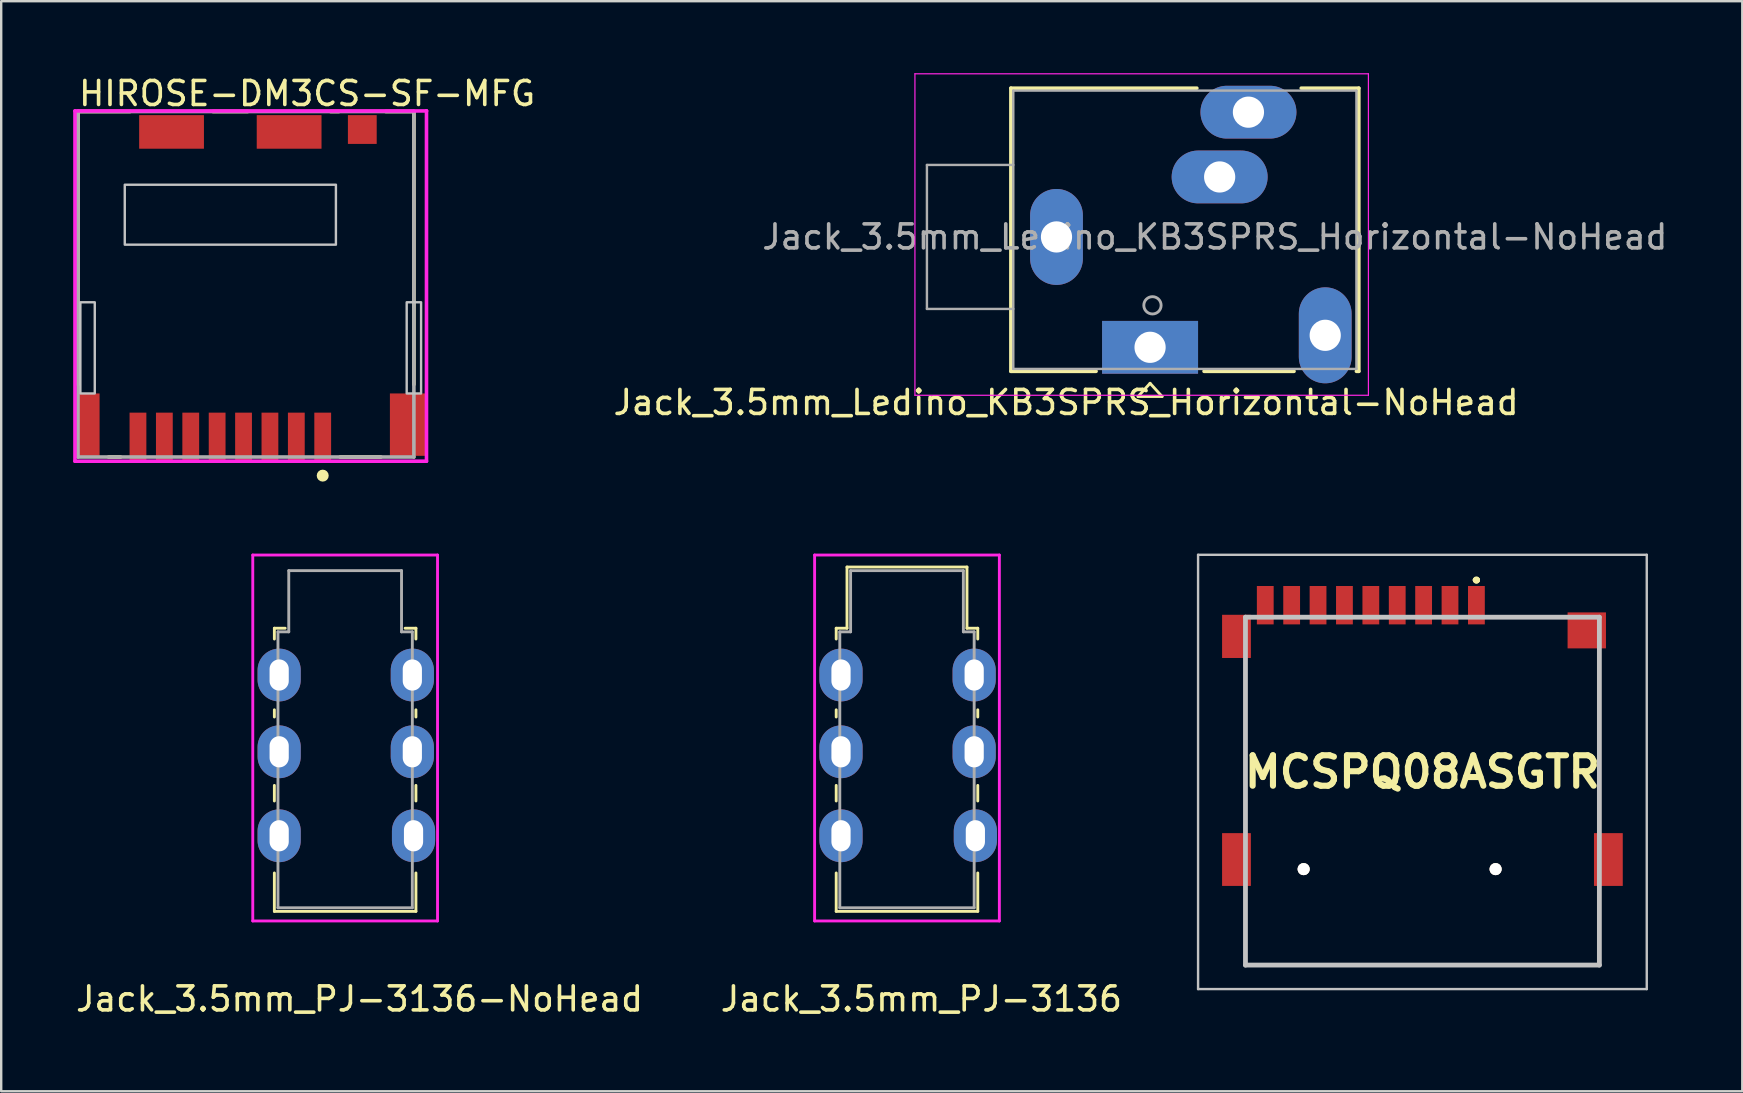
<source format=kicad_pcb>
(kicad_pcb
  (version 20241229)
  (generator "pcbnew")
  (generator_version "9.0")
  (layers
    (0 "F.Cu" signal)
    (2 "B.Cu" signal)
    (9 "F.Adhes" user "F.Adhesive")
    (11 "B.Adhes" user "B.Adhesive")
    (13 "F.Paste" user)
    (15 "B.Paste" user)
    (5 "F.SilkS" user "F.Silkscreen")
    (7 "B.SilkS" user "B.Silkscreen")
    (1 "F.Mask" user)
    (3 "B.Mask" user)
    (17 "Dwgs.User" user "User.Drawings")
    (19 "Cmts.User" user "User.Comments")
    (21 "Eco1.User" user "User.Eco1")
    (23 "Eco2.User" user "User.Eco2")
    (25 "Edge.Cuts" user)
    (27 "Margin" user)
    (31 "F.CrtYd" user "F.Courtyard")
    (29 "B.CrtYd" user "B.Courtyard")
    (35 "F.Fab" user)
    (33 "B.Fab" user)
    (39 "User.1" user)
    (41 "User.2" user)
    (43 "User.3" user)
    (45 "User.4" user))
  (footprint "Jack_3.5mm_PJ-3136-NoHead"
    (layer "F.Cu")
    (at 8.585 31.783)
    (property "Reference" "Jack_3.5mm_PJ-3136-NoHead" (at 3.35 6.8 0) (layer "F.SilkS") (effects (font (size 1 1) (thickness 0.15))))
    (attr through_hole)
    (fp_line (start -0.2 -8.65) (end -0.2 -8.2) (stroke (width 0.12) (type solid)) (layer "F.SilkS"))
    (fp_line (start -0.2 -8.65) (end 0.25 -8.65) (stroke (width 0.12) (type solid)) (layer "F.SilkS"))
    (fp_line (start -0.2 -5.25) (end -0.2 -4.95) (stroke (width 0.12) (type solid)) (layer "F.SilkS"))
    (fp_line (start -0.2 -2.1) (end -0.2 -1.45) (stroke (width 0.12) (type solid)) (layer "F.SilkS"))
    (fp_line (start -0.2 1.55) (end -0.2 3.15) (stroke (width 0.12) (type solid)) (layer "F.SilkS"))
    (fp_line (start -0.2 3.15) (end 5.7 3.15) (stroke (width 0.12) (type solid)) (layer "F.SilkS"))
    (fp_line (start 5.25 -8.65) (end 5.7 -8.65) (stroke (width 0.12) (type solid)) (layer "F.SilkS"))
    (fp_line (start 5.7 -8.65) (end 5.7 -8.2) (stroke (width 0.12) (type solid)) (layer "F.SilkS"))
    (fp_line (start 5.7 -5.25) (end 5.7 -4.95) (stroke (width 0.12) (type solid)) (layer "F.SilkS"))
    (fp_line (start 5.7 -2.1) (end 5.7 -1.45) (stroke (width 0.12) (type solid)) (layer "F.SilkS"))
    (fp_line (start 5.7 1.55) (end 5.7 3.15) (stroke (width 0.12) (type solid)) (layer "F.SilkS"))
    (fp_line (start -1.1 -11.7) (end -1.1 3.55) (stroke (width 0.12) (type solid)) (layer "F.CrtYd"))
    (fp_line (start -1.1 -11.7) (end 6.6 -11.7) (stroke (width 0.12) (type solid)) (layer "F.CrtYd"))
    (fp_line (start -1.1 3.55) (end 6.6 3.55) (stroke (width 0.12) (type solid)) (layer "F.CrtYd"))
    (fp_line (start 6.6 -11.7) (end 6.6 3.55) (stroke (width 0.12) (type solid)) (layer "F.CrtYd"))
    (fp_line (start -0.05 3) (end -0.05 -8.5) (stroke (width 0.12) (type solid)) (layer "F.Fab"))
    (fp_line (start -0.05 3) (end 5.55 3) (stroke (width 0.12) (type solid)) (layer "F.Fab"))
    (fp_line (start 0.4 -8.5) (end -0.05 -8.5) (stroke (width 0.12) (type solid)) (layer "F.Fab"))
    (fp_line (start 0.4 -8.5) (end 0.4 -11.05) (stroke (width 0.12) (type solid)) (layer "F.Fab"))
    (fp_line (start 5.1 -11.05) (end 0.4 -11.05) (stroke (width 0.12) (type solid)) (layer "F.Fab"))
    (fp_line (start 5.1 -8.5) (end 5.1 -11.05) (stroke (width 0.12) (type solid)) (layer "F.Fab"))
    (fp_line (start 5.55 -8.5) (end 5.1 -8.5) (stroke (width 0.12) (type solid)) (layer "F.Fab"))
    (fp_line (start 5.55 3) (end 5.55 -8.5) (stroke (width 0.12) (type solid)) (layer "F.Fab"))
    (pad "R" thru_hole oval (at 0 -3.5) (size 1.8 2.2) (drill oval 0.8 1.3) (layers "*.Cu" "*.Mask"))
    (pad "R" thru_hole oval (at 5.55 -3.5) (size 1.8 2.2) (drill oval 0.8 1.3) (layers "*.Cu" "*.Mask"))
    (pad "S" thru_hole oval (at 0 0) (size 1.8 2.2) (drill oval 0.8 1.3) (layers "*.Cu" "*.Mask"))
    (pad "S" thru_hole oval (at 5.6 0) (size 1.8 2.2) (drill oval 0.8 1.3) (layers "*.Cu" "*.Mask"))
    (pad "T" thru_hole oval (at 0 -6.7) (size 1.8 2.2) (drill oval 0.8 1.3) (layers "*.Cu" "*.Mask"))
    (pad "T" thru_hole oval (at 5.55 -6.7) (size 1.8 2.2) (drill oval 0.8 1.3) (layers "*.Cu" "*.Mask")))
  (footprint "HIROSE-DM3CS-SF-MFG"
    (layer "F.Cu")
    (at 7.2 8.798)
    (property "Reference" "HIROSE-DM3CS-SF-MFG" (at -7.05 -7.95 0) (layer "F.SilkS") (effects (font (size 1 1) (thickness 0.15)) (justify left)))
    (attr through_hole)
    (fp_line (start -7 -7.2) (end -4.825 -7.2) (stroke (width 0.15) (type solid)) (layer "F.SilkS"))
    (fp_line (start -7 4.175) (end -7 -7.2) (stroke (width 0.15) (type solid)) (layer "F.SilkS"))
    (fp_line (start -5.725 7.2) (end -5.225 7.2) (stroke (width 0.15) (type solid)) (layer "F.SilkS"))
    (fp_line (start -1.375 -7.2) (end 0.075 -7.2) (stroke (width 0.15) (type solid)) (layer "F.SilkS"))
    (fp_line (start 3.525 -7.2) (end 3.875 -7.2) (stroke (width 0.15) (type solid)) (layer "F.SilkS"))
    (fp_line (start 3.925 7.2) (end 5.625 7.2) (stroke (width 0.15) (type solid)) (layer "F.SilkS"))
    (fp_line (start 5.825 -7.2) (end 7 -7.2) (stroke (width 0.15) (type solid)) (layer "F.SilkS"))
    (fp_line (start 7 4.175) (end 7 -7.2) (stroke (width 0.15) (type solid)) (layer "F.SilkS"))
    (fp_circle (center 3.2 7.975) (end 3.325 7.975) (stroke (width 0.25) (type solid)) (fill no) (layer "F.SilkS"))
    (fp_poly (pts (xy -6.9 0.75) (xy -6.3 0.75) (xy -6.3 4.55) (xy -6.9 4.55)) (stroke (width 0.1) (type solid)) (fill no) (layer "Dwgs.User"))
    (fp_poly (pts (xy -5.05 -4.15) (xy 3.75 -4.15) (xy 3.75 -1.65) (xy -5.05 -1.65)) (stroke (width 0.1) (type solid)) (fill no) (layer "Dwgs.User"))
    (fp_poly (pts (xy 6.7 0.75) (xy 7.3 0.75) (xy 7.3 4.55) (xy 6.7 4.55)) (stroke (width 0.1) (type solid)) (fill no) (layer "Dwgs.User"))
    (fp_line (start -7.125 -7.225) (end -7.125 7.375) (stroke (width 0.15) (type solid)) (layer "F.CrtYd"))
    (fp_line (start -7.125 7.375) (end 7.525 7.375) (stroke (width 0.15) (type solid)) (layer "F.CrtYd"))
    (fp_line (start 7.525 -7.225) (end -7.125 -7.225) (stroke (width 0.15) (type solid)) (layer "F.CrtYd"))
    (fp_line (start 7.525 -7.225) (end 7.525 -7.225) (stroke (width 0.15) (type solid)) (layer "F.CrtYd"))
    (fp_line (start 7.525 7.375) (end 7.525 -7.225) (stroke (width 0.15) (type solid)) (layer "F.CrtYd"))
    (fp_line (start -7 -7.2) (end 7 -7.2) (stroke (width 0.15) (type solid)) (layer "F.Fab"))
    (fp_line (start -7 7.2) (end -7 -7.2) (stroke (width 0.15) (type solid)) (layer "F.Fab"))
    (fp_line (start 7 -7.2) (end 7 7.2) (stroke (width 0.15) (type solid)) (layer "F.Fab"))
    (fp_line (start 7 7.2) (end -7 7.2) (stroke (width 0.15) (type solid)) (layer "F.Fab"))
    (pad "1" smd rect (at 3.2 6.35) (size 0.7 2) (layers "F.Cu" "F.Mask" "F.Paste"))
    (pad "2" smd rect (at 2.1 6.35) (size 0.7 2) (layers "F.Cu" "F.Mask" "F.Paste"))
    (pad "3" smd rect (at 1 6.35) (size 0.7 2) (layers "F.Cu" "F.Mask" "F.Paste"))
    (pad "4" smd rect (at -0.1 6.35) (size 0.7 2) (layers "F.Cu" "F.Mask" "F.Paste"))
    (pad "5" smd rect (at -1.2 6.35) (size 0.7 2) (layers "F.Cu" "F.Mask" "F.Paste"))
    (pad "6" smd rect (at -2.3 6.35) (size 0.7 2) (layers "F.Cu" "F.Mask" "F.Paste"))
    (pad "7" smd rect (at -3.4 6.35) (size 0.7 2) (layers "F.Cu" "F.Mask" "F.Paste"))
    (pad "8" smd rect (at -4.5 6.35) (size 0.7 2) (layers "F.Cu" "F.Mask" "F.Paste"))
    (pad "9" smd rect (at -3.1 -6.35) (size 2.7 1.4) (layers "F.Cu" "F.Mask" "F.Paste"))
    (pad "10" smd rect (at 1.8 -6.35) (size 2.7 1.4) (layers "F.Cu" "F.Mask" "F.Paste"))
    (pad "11" smd rect (at 4.85 -6.45) (size 1.2 1.2) (layers "F.Cu" "F.Mask" "F.Paste"))
    (pad "12" smd rect (at -6.6 5.85) (size 1 2.6) (layers "F.Cu" "F.Mask" "F.Paste"))
    (pad "13" smd rect (at 6.75 5.85) (size 1.5 2.6) (layers "F.Cu" "F.Mask" "F.Paste")))
  (footprint "MCSPQ08ASGTR"
    (layer "F.Cu")
    (at 56.233 29.923)
    (property "Reference" "MCSPQ08ASGTR" (at 0 -0.8 0) (layer "F.SilkS") (effects (font (size 1.27 1.27) (thickness 0.254))))
    (attr through_hole)
    (fp_line (start -7.375 -5) (end -7.375 -5) (stroke (width 0.1) (type solid)) (layer "F.SilkS"))
    (fp_line (start -7.375 -5) (end -7.375 1.25) (stroke (width 0.1) (type solid)) (layer "F.SilkS"))
    (fp_line (start -7.375 1.25) (end -7.375 -5) (stroke (width 0.1) (type solid)) (layer "F.SilkS"))
    (fp_line (start -7.375 1.25) (end -7.375 1.25) (stroke (width 0.1) (type solid)) (layer "F.SilkS"))
    (fp_line (start -7.375 4.5) (end -7.375 4.5) (stroke (width 0.1) (type solid)) (layer "F.SilkS"))
    (fp_line (start -7.375 4.5) (end -7.375 7.25) (stroke (width 0.1) (type solid)) (layer "F.SilkS"))
    (fp_line (start -7.375 7.25) (end -7.375 4.5) (stroke (width 0.1) (type solid)) (layer "F.SilkS"))
    (fp_line (start -7.375 7.25) (end -7.375 7.25) (stroke (width 0.1) (type solid)) (layer "F.SilkS"))
    (fp_line (start -7.375 7.25) (end -7.375 7.25) (stroke (width 0.1) (type solid)) (layer "F.SilkS"))
    (fp_line (start -7.375 7.25) (end 7.375 7.25) (stroke (width 0.1) (type solid)) (layer "F.SilkS"))
    (fp_line (start 2.2 -8.8) (end 2.2 -8.8) (stroke (width 0.2) (type solid)) (layer "F.SilkS"))
    (fp_line (start 2.2 -8.8) (end 2.2 -8.8) (stroke (width 0.2) (type solid)) (layer "F.SilkS"))
    (fp_line (start 2.3 -8.8) (end 2.3 -8.8) (stroke (width 0.2) (type solid)) (layer "F.SilkS"))
    (fp_line (start 3.25 -7.25) (end 3.25 -7.25) (stroke (width 0.1) (type solid)) (layer "F.SilkS"))
    (fp_line (start 3.25 -7.25) (end 5.5 -7.25) (stroke (width 0.1) (type solid)) (layer "F.SilkS"))
    (fp_line (start 5.5 -7.25) (end 3.25 -7.25) (stroke (width 0.1) (type solid)) (layer "F.SilkS"))
    (fp_line (start 5.5 -7.25) (end 5.5 -7.25) (stroke (width 0.1) (type solid)) (layer "F.SilkS"))
    (fp_line (start 7.375 -5.25) (end 7.375 -5.25) (stroke (width 0.1) (type solid)) (layer "F.SilkS"))
    (fp_line (start 7.375 -5.25) (end 7.375 1.25) (stroke (width 0.1) (type solid)) (layer "F.SilkS"))
    (fp_line (start 7.375 1.25) (end 7.375 -5.25) (stroke (width 0.1) (type solid)) (layer "F.SilkS"))
    (fp_line (start 7.375 1.25) (end 7.375 1.25) (stroke (width 0.1) (type solid)) (layer "F.SilkS"))
    (fp_line (start 7.375 4.5) (end 7.375 4.5) (stroke (width 0.1) (type solid)) (layer "F.SilkS"))
    (fp_line (start 7.375 4.5) (end 7.375 7.25) (stroke (width 0.1) (type solid)) (layer "F.SilkS"))
    (fp_line (start 7.375 7.25) (end -7.375 7.25) (stroke (width 0.1) (type solid)) (layer "F.SilkS"))
    (fp_line (start 7.375 7.25) (end 7.375 4.5) (stroke (width 0.1) (type solid)) (layer "F.SilkS"))
    (fp_line (start 7.375 7.25) (end 7.375 7.25) (stroke (width 0.1) (type solid)) (layer "F.SilkS"))
    (fp_line (start 7.375 7.25) (end 7.375 7.25) (stroke (width 0.1) (type solid)) (layer "F.SilkS"))
    (fp_arc (start 2.2 -8.8) (mid 2.25 -8.85) (end 2.3 -8.8) (stroke (width 0.2) (type solid)) (layer "F.SilkS"))
    (fp_arc (start 2.3 -8.8) (mid 2.25 -8.75) (end 2.2 -8.8) (stroke (width 0.2) (type solid)) (layer "F.SilkS"))
    (fp_arc (start 2.3 -8.8) (mid 2.25 -8.75) (end 2.2 -8.8) (stroke (width 0.2) (type solid)) (layer "F.SilkS"))
    (fp_line (start -9.35 -9.85) (end 9.35 -9.85) (stroke (width 0.1) (type solid)) (layer "Dwgs.User"))
    (fp_line (start -9.35 8.25) (end -9.35 -9.85) (stroke (width 0.1) (type solid)) (layer "Dwgs.User"))
    (fp_line (start -7.375 -7.25) (end -7.375 7.25) (stroke (width 0.2) (type solid)) (layer "Dwgs.User"))
    (fp_line (start -7.375 7.25) (end 7.375 7.25) (stroke (width 0.2) (type solid)) (layer "Dwgs.User"))
    (fp_line (start 7.375 -7.25) (end -7.375 -7.25) (stroke (width 0.2) (type solid)) (layer "Dwgs.User"))
    (fp_line (start 7.375 7.25) (end 7.375 -7.25) (stroke (width 0.2) (type solid)) (layer "Dwgs.User"))
    (fp_line (start 9.35 -9.85) (end 9.35 8.25) (stroke (width 0.1) (type solid)) (layer "Dwgs.User"))
    (fp_line (start 9.35 8.25) (end -9.35 8.25) (stroke (width 0.1) (type solid)) (layer "Dwgs.User"))
    (pad "1" smd rect (at 2.25 -7.75) (size 0.7 1.6) (layers "F.Cu" "F.Mask" "F.Paste"))
    (pad "2" smd rect (at 1.15 -7.75) (size 0.7 1.6) (layers "F.Cu" "F.Mask" "F.Paste"))
    (pad "3" smd rect (at 0.05 -7.75) (size 0.7 1.6) (layers "F.Cu" "F.Mask" "F.Paste"))
    (pad "4" smd rect (at -1.05 -7.75) (size 0.7 1.6) (layers "F.Cu" "F.Mask" "F.Paste"))
    (pad "5" smd rect (at -2.15 -7.75) (size 0.7 1.6) (layers "F.Cu" "F.Mask" "F.Paste"))
    (pad "6" smd rect (at -3.25 -7.75) (size 0.7 1.6) (layers "F.Cu" "F.Mask" "F.Paste"))
    (pad "7" smd rect (at -4.35 -7.75) (size 0.7 1.6) (layers "F.Cu" "F.Mask" "F.Paste"))
    (pad "8" smd rect (at -5.45 -7.75) (size 0.7 1.6) (layers "F.Cu" "F.Mask" "F.Paste"))
    (pad "9" smd rect (at -6.55 -7.75) (size 0.7 1.6) (layers "F.Cu" "F.Mask" "F.Paste"))
    (pad "MH1" thru_hole circle (at 3.05 3.25 90) (size 0.5 0.5) (drill 1) (layers "*.Cu" "*.Mask" "F.SilkS"))
    (pad "MH2" thru_hole circle (at -4.95 3.25 90) (size 0.5 0.5) (drill 1) (layers "*.Cu" "*.Mask" "F.SilkS"))
    (pad "MP1" smd rect (at 6.85 -6.7 90) (size 1.5 1.6) (layers "F.Cu" "F.Mask" "F.Paste"))
    (pad "MP2" smd rect (at -7.75 -6.45) (size 1.2 1.8) (layers "F.Cu" "F.Mask" "F.Paste"))
    (pad "MP3" smd rect (at -7.75 2.85) (size 1.2 2.2) (layers "F.Cu" "F.Mask" "F.Paste"))
    (pad "MP4" smd rect (at 7.75 2.85) (size 1.2 2.2) (layers "F.Cu" "F.Mask" "F.Paste")))
  (footprint "Jack_3.5mm_PJ-3136"
    (layer "F.Cu")
    (at 32.001 31.783)
    (property "Reference" "Jack_3.5mm_PJ-3136" (at 3.35 6.8 0) (layer "F.SilkS") (effects (font (size 1 1) (thickness 0.15))))
    (attr through_hole)
    (fp_line (start -0.2 -8.65) (end -0.2 -8.2) (stroke (width 0.12) (type solid)) (layer "F.SilkS"))
    (fp_line (start -0.2 -8.65) (end 0.25 -8.65) (stroke (width 0.12) (type solid)) (layer "F.SilkS"))
    (fp_line (start -0.2 -5.25) (end -0.2 -4.95) (stroke (width 0.12) (type solid)) (layer "F.SilkS"))
    (fp_line (start -0.2 -2.1) (end -0.2 -1.45) (stroke (width 0.12) (type solid)) (layer "F.SilkS"))
    (fp_line (start -0.2 1.55) (end -0.2 3.15) (stroke (width 0.12) (type solid)) (layer "F.SilkS"))
    (fp_line (start -0.2 3.15) (end 5.7 3.15) (stroke (width 0.12) (type solid)) (layer "F.SilkS"))
    (fp_line (start 0.25 -11.2) (end 5.25 -11.2) (stroke (width 0.12) (type solid)) (layer "F.SilkS"))
    (fp_line (start 0.25 -8.65) (end 0.25 -11.2) (stroke (width 0.12) (type solid)) (layer "F.SilkS"))
    (fp_line (start 5.25 -11.2) (end 5.25 -8.65) (stroke (width 0.12) (type solid)) (layer "F.SilkS"))
    (fp_line (start 5.25 -8.65) (end 5.7 -8.65) (stroke (width 0.12) (type solid)) (layer "F.SilkS"))
    (fp_line (start 5.7 -8.65) (end 5.7 -8.2) (stroke (width 0.12) (type solid)) (layer "F.SilkS"))
    (fp_line (start 5.7 -5.25) (end 5.7 -4.95) (stroke (width 0.12) (type solid)) (layer "F.SilkS"))
    (fp_line (start 5.7 -2.1) (end 5.7 -1.45) (stroke (width 0.12) (type solid)) (layer "F.SilkS"))
    (fp_line (start 5.7 1.55) (end 5.7 3.15) (stroke (width 0.12) (type solid)) (layer "F.SilkS"))
    (fp_line (start -1.1 -11.7) (end -1.1 3.55) (stroke (width 0.12) (type solid)) (layer "F.CrtYd"))
    (fp_line (start -1.1 -11.7) (end 6.6 -11.7) (stroke (width 0.12) (type solid)) (layer "F.CrtYd"))
    (fp_line (start -1.1 3.55) (end 6.6 3.55) (stroke (width 0.12) (type solid)) (layer "F.CrtYd"))
    (fp_line (start 6.6 -11.7) (end 6.6 3.55) (stroke (width 0.12) (type solid)) (layer "F.CrtYd"))
    (fp_line (start -0.05 3) (end -0.05 -8.5) (stroke (width 0.12) (type solid)) (layer "F.Fab"))
    (fp_line (start -0.05 3) (end 5.55 3) (stroke (width 0.12) (type solid)) (layer "F.Fab"))
    (fp_line (start 0.4 -8.5) (end -0.05 -8.5) (stroke (width 0.12) (type solid)) (layer "F.Fab"))
    (fp_line (start 0.4 -8.5) (end 0.4 -11.05) (stroke (width 0.12) (type solid)) (layer "F.Fab"))
    (fp_line (start 5.1 -11.05) (end 0.4 -11.05) (stroke (width 0.12) (type solid)) (layer "F.Fab"))
    (fp_line (start 5.1 -8.5) (end 5.1 -11.05) (stroke (width 0.12) (type solid)) (layer "F.Fab"))
    (fp_line (start 5.55 -8.5) (end 5.1 -8.5) (stroke (width 0.12) (type solid)) (layer "F.Fab"))
    (fp_line (start 5.55 3) (end 5.55 -8.5) (stroke (width 0.12) (type solid)) (layer "F.Fab"))
    (pad "R" thru_hole oval (at 0 -3.5) (size 1.8 2.2) (drill oval 0.8 1.3) (layers "*.Cu" "*.Mask"))
    (pad "R" thru_hole oval (at 5.55 -3.5) (size 1.8 2.2) (drill oval 0.8 1.3) (layers "*.Cu" "*.Mask"))
    (pad "S" thru_hole oval (at 0 0) (size 1.8 2.2) (drill oval 0.8 1.3) (layers "*.Cu" "*.Mask"))
    (pad "S" thru_hole oval (at 5.6 0) (size 1.8 2.2) (drill oval 0.8 1.3) (layers "*.Cu" "*.Mask"))
    (pad "T" thru_hole oval (at 0 -6.7) (size 1.8 2.2) (drill oval 0.8 1.3) (layers "*.Cu" "*.Mask"))
    (pad "T" thru_hole oval (at 5.55 -6.7) (size 1.8 2.2) (drill oval 0.8 1.3) (layers "*.Cu" "*.Mask")))
  (footprint "Jack_3.5mm_Ledino_KB3SPRS_Horizontal-NoHead"
    (layer "F.Cu")
    (at 44.882 11.425)
    (property "Reference" "Jack_3.5mm_Ledino_KB3SPRS_Horizontal-NoHead" (at -3.5 2.3 0) (layer "F.SilkS") (effects (font (size 1 1) (thickness 0.15))))
    (attr through_hole)
    (fp_line (start -5.8 -10.8) (end 1.95 -10.8) (stroke (width 0.15) (type solid)) (layer "F.SilkS"))
    (fp_line (start -5.8 1) (end -5.8 -10.8) (stroke (width 0.15) (type solid)) (layer "F.SilkS"))
    (fp_line (start -2.25 1) (end -5.8 1) (stroke (width 0.15) (type solid)) (layer "F.SilkS"))
    (fp_line (start -0.5 2.05) (end 0.5 2.05) (stroke (width 0.12) (type solid)) (layer "F.SilkS"))
    (fp_line (start 0 1.5) (end -0.5 2.05) (stroke (width 0.12) (type solid)) (layer "F.SilkS"))
    (fp_line (start 0.5 2.05) (end 0 1.5) (stroke (width 0.12) (type solid)) (layer "F.SilkS"))
    (fp_line (start 6 1) (end 2.25 1) (stroke (width 0.15) (type solid)) (layer "F.SilkS"))
    (fp_line (start 6.3 -10.8) (end 8.7 -10.8) (stroke (width 0.15) (type solid)) (layer "F.SilkS"))
    (fp_line (start 8.7 -10.8) (end 8.7 1) (stroke (width 0.15) (type solid)) (layer "F.SilkS"))
    (fp_line (start 8.7 1) (end 8.6 1) (stroke (width 0.15) (type solid)) (layer "F.SilkS"))
    (fp_line (start -9.8 -11.4) (end -9.8 2) (stroke (width 0.05) (type solid)) (layer "F.CrtYd"))
    (fp_line (start -9.8 2) (end 9.1 2) (stroke (width 0.05) (type solid)) (layer "F.CrtYd"))
    (fp_line (start 9.1 -11.4) (end -9.8 -11.4) (stroke (width 0.05) (type solid)) (layer "F.CrtYd"))
    (fp_line (start 9.1 2) (end 9.1 -11.4) (stroke (width 0.05) (type solid)) (layer "F.CrtYd"))
    (fp_line (start -9.3 -7.6) (end -9.3 -1.6) (stroke (width 0.1) (type solid)) (layer "F.Fab"))
    (fp_line (start -9.3 -7.6) (end -5.7 -7.6) (stroke (width 0.1) (type solid)) (layer "F.Fab"))
    (fp_line (start -9.3 -1.6) (end -5.7 -1.6) (stroke (width 0.1) (type solid)) (layer "F.Fab"))
    (fp_line (start -5.7 -10.7) (end -5.7 0.9) (stroke (width 0.1) (type solid)) (layer "F.Fab"))
    (fp_line (start -5.7 0.9) (end 8.6 0.9) (stroke (width 0.1) (type solid)) (layer "F.Fab"))
    (fp_line (start 8.6 -10.7) (end -5.7 -10.7) (stroke (width 0.1) (type solid)) (layer "F.Fab"))
    (fp_line (start 8.6 0.9) (end 8.6 -10.7) (stroke (width 0.1) (type solid)) (layer "F.Fab"))
    (fp_circle (center 0.1 -1.75) (end 0.4 -1.55) (stroke (width 0.12) (type solid)) (fill no) (layer "F.Fab"))
    (fp_text user "${REFERENCE}" (at 2.7 -4.6 0) (layer "F.Fab") (effects (font (size 1 1) (thickness 0.15))))
    (pad "R" thru_hole oval (at 4.1 -9.8) (size 4 2.2) (drill 1.3) (layers "*.Cu" "*.Mask"))
    (pad "RN" thru_hole oval (at 2.9 -7.1) (size 4 2.2) (drill 1.3) (layers "*.Cu" "*.Mask"))
    (pad "S" thru_hole oval (at -3.9 -4.6) (size 2.2 4) (drill 1.3) (layers "*.Cu" "*.Mask"))
    (pad "T" thru_hole rect (at 0 0) (size 4 2.2) (drill 1.3) (layers "*.Cu" "*.Mask"))
    (pad "TN" thru_hole oval (at 7.3 -0.5 90) (size 4 2.2) (drill 1.3) (layers "*.Cu" "*.Mask")))
  (gr_rect
    (start -3 -3)
    (end 69.564 42.431)
    (stroke (width 0.1) (type default))
    (fill no)
    (layer "Edge.Cuts")))
</source>
